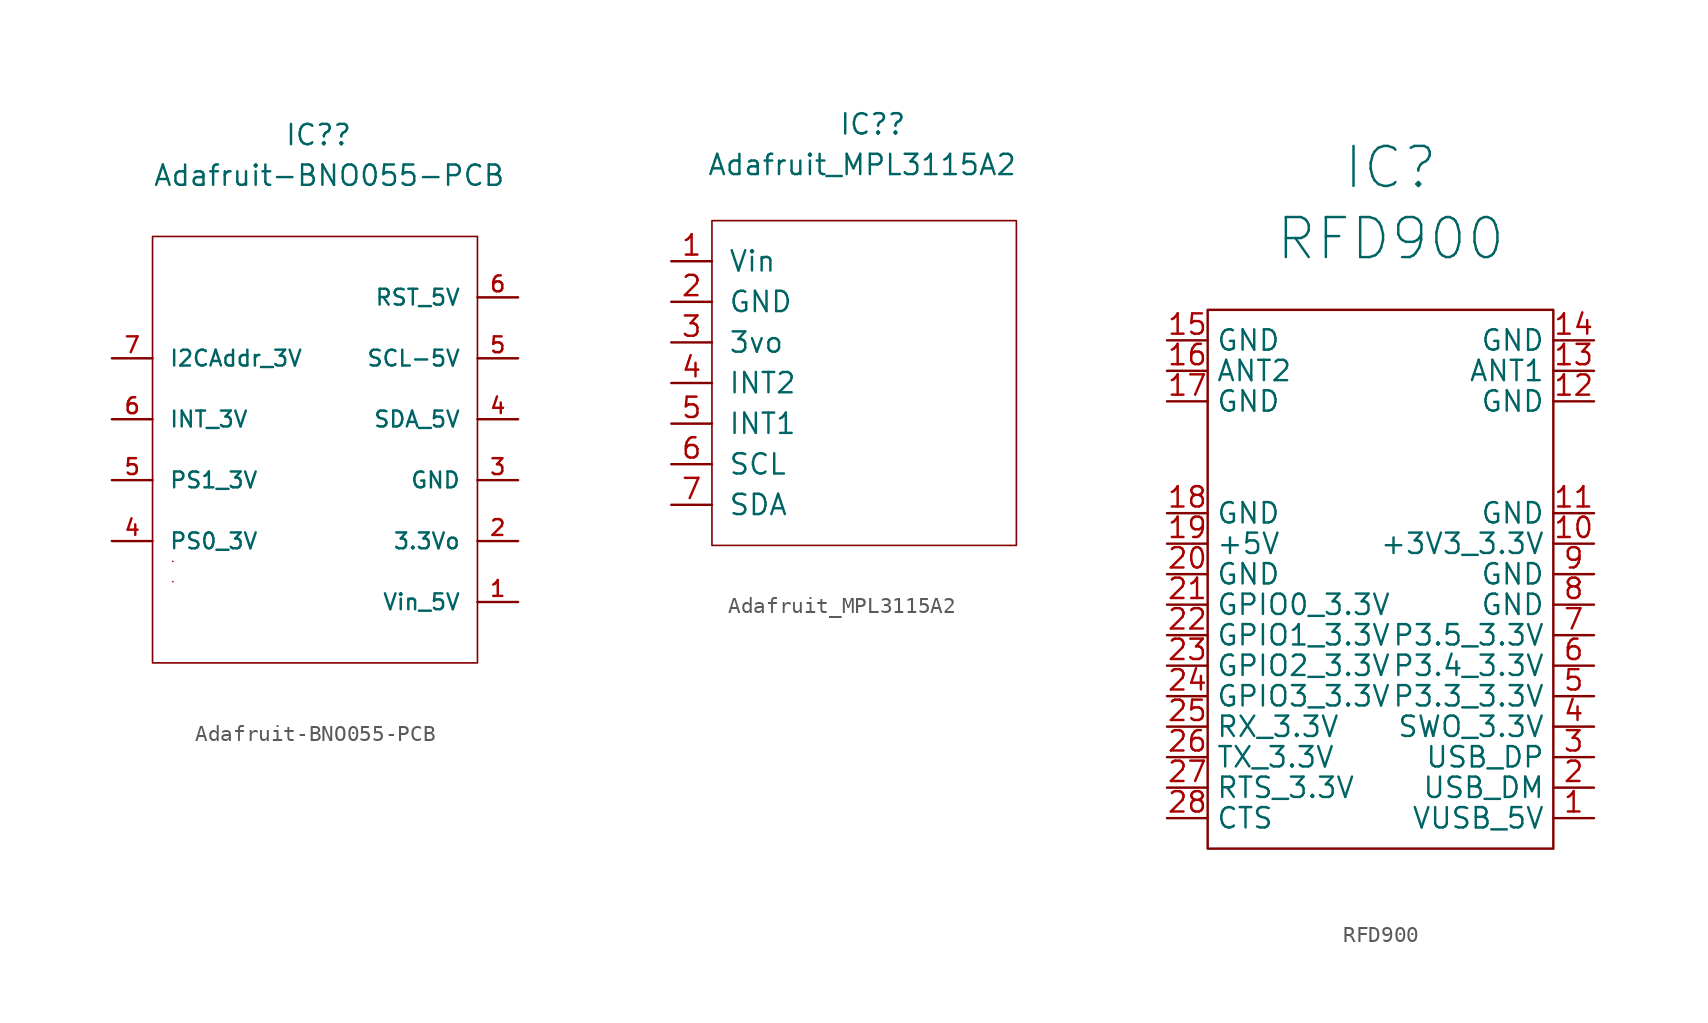
<source format=kicad_sym>
(kicad_symbol_lib
  (version 20211014)
  (generator kicad_symbol_editor)
  (symbol "Adafruit-BNO055-PCB"
    (pin_names
      (offset 1.016))
    (property "Reference" "IC?"
      (at -1.27 14.605 0)
      (effects (font (size 1.27 1.27)) (justify left)))
    (property "Value" "Adafruit-BNO055-PCB"
      (at -9.525 12.065 0)
      (effects (font (size 1.27 1.27)) (justify left)))
    (symbol "Adafruit-BNO055-PCB_0_1"
      (rectangle (start -9.525 -18.415) (end 10.795 8.255) (stroke (width 0.102) (type default) (color 0 0 0 0)) (fill (type none)))
      (rectangle (start -8.255 -13.335) (end -8.255 -13.335) (stroke (width 0.102) (type default) (color 0 0 0 0)) (fill (type none)))
      (rectangle (start -8.255 -12.065) (end -8.255 -12.065) (stroke (width 0.102) (type default) (color 0 0 0 0)) (fill (type none))))
    (symbol "Adafruit-BNO055-PCB_1_1"
      (pin power_in line (at 13.335 -14.605 180) (length 2.54) (name "Vin_5V" (effects (font (size 0.991 0.991)))) (number "1" (effects (font (size 0.991 0.991)))))
      (pin bidirectional line (at 13.335 -10.795 180) (length 2.54) (name "3.3Vo" (effects (font (size 0.991 0.991)))) (number "2" (effects (font (size 0.991 0.991)))))
      (pin power_in line (at 13.335 -6.985 180) (length 2.54) (name "GND" (effects (font (size 0.991 0.991)))) (number "3" (effects (font (size 0.991 0.991)))))
      (pin bidirectional line (at -12.065 -10.795 0) (length 2.54) (name "PS0_3V" (effects (font (size 0.991 0.991)))) (number "4" (effects (font (size 0.991 0.991)))))
      (pin bidirectional line (at 13.335 -3.175 180) (length 2.54) (name "SDA_5V" (effects (font (size 0.991 0.991)))) (number "4" (effects (font (size 0.991 0.991)))))
      (pin bidirectional line (at -12.065 -6.985 0) (length 2.54) (name "PS1_3V" (effects (font (size 0.991 0.991)))) (number "5" (effects (font (size 0.991 0.991)))))
      (pin bidirectional line (at 13.335 0.635 180) (length 2.54) (name "SCL-5V" (effects (font (size 0.991 0.991)))) (number "5" (effects (font (size 0.991 0.991)))))
      (pin bidirectional line (at -12.065 -3.175 0) (length 2.54) (name "INT_3V" (effects (font (size 0.991 0.991)))) (number "6" (effects (font (size 0.991 0.991)))))
      (pin bidirectional line (at 13.335 4.445 180) (length 2.54) (name "RST_5V" (effects (font (size 0.991 0.991)))) (number "6" (effects (font (size 0.991 0.991)))))
      (pin bidirectional line (at -12.065 0.635 0) (length 2.54) (name "I2CAddr_3V" (effects (font (size 0.991 0.991)))) (number "7" (effects (font (size 0.991 0.991)))))))
  (symbol "Adafruit_MPL3115A2"
    (pin_names
      (offset 1.016))
    (property "Reference" "IC?"
      (at 26.67 14.605 0)
      (effects (font (size 1.27 1.27)) (justify left)))
    (property "Value" "Adafruit_MPL3115A2"
      (at 18.415 12.065 0)
      (effects (font (size 1.27 1.27)) (justify left)))
    (symbol "Adafruit_MPL3115A2_0_1"
      (rectangle (start 18.733 8.572) (end 37.782 -11.748) (stroke (width 0.102) (type default) (color 0 0 0 0)) (fill (type none))))
    (symbol "Adafruit_MPL3115A2_1_1"
      (pin bidirectional line (at 16.192 6.032 0) (length 2.54) (name "Vin" (effects (font (size 1.27 1.27)))) (number "1" (effects (font (size 1.27 1.27)))))
      (pin bidirectional line (at 16.192 3.493 0) (length 2.54) (name "GND" (effects (font (size 1.27 1.27)))) (number "2" (effects (font (size 1.27 1.27)))))
      (pin bidirectional line (at 16.192 0.953 0) (length 2.54) (name "3vo" (effects (font (size 1.27 1.27)))) (number "3" (effects (font (size 1.27 1.27)))))
      (pin bidirectional line (at 16.192 -1.587 0) (length 2.54) (name "INT2" (effects (font (size 1.27 1.27)))) (number "4" (effects (font (size 1.27 1.27)))))
      (pin bidirectional line (at 16.192 -4.128 0) (length 2.54) (name "INT1" (effects (font (size 1.27 1.27)))) (number "5" (effects (font (size 1.27 1.27)))))
      (pin bidirectional line (at 16.192 -6.668 0) (length 2.54) (name "SCL" (effects (font (size 1.27 1.27)))) (number "6" (effects (font (size 1.27 1.27)))))
      (pin bidirectional line (at 16.192 -9.207 0) (length 2.54) (name "SDA" (effects (font (size 1.27 1.27)))) (number "7" (effects (font (size 1.27 1.27)))))))
  (symbol "RFD900"
    (property "Reference" "IC"
      (at 11.43 42.545 0)
      (effects (font (size 2.5 2.5))))
    (property "Value" "RFD900"
      (at 11.43 38.1 0)
      (effects (font (size 2.5 2.5))))
    (symbol "RFD900_0_1"
      (rectangle (start 0 0) (end 21.59 33.655) (stroke (width 0) (type default) (color 0 0 0 0)) (fill (type none))))
    (symbol "RFD900_1_1"
      (pin input line (at 24.13 1.905 180) (length 2.54) (name "VUSB_5V" (effects (font (size 1.27 1.27)))) (number "1" (effects (font (size 1.27 1.27)))))
      (pin power_out line (at 24.13 19.05 180) (length 2.54) (name "+3V3_3.3V" (effects (font (size 1.27 1.27)))) (number "10" (effects (font (size 1.27 1.27)))))
      (pin power_in line (at 24.13 20.955 180) (length 2.54) (name "GND" (effects (font (size 1.27 1.27)))) (number "11" (effects (font (size 1.27 1.27)))))
      (pin bidirectional line (at 24.13 27.94 180) (length 2.54) (name "GND" (effects (font (size 1.27 1.27)))) (number "12" (effects (font (size 1.27 1.27)))))
      (pin passive line (at 24.13 29.845 180) (length 2.54) (name "ANT1" (effects (font (size 1.27 1.27)))) (number "13" (effects (font (size 1.27 1.27)))))
      (pin bidirectional line (at 24.13 31.75 180) (length 2.54) (name "GND" (effects (font (size 1.27 1.27)))) (number "14" (effects (font (size 1.27 1.27)))))
      (pin bidirectional line (at -2.54 31.75 0) (length 2.54) (name "GND" (effects (font (size 1.27 1.27)))) (number "15" (effects (font (size 1.27 1.27)))))
      (pin passive line (at -2.54 29.845 0) (length 2.54) (name "ANT2" (effects (font (size 1.27 1.27)))) (number "16" (effects (font (size 1.27 1.27)))))
      (pin bidirectional line (at -2.54 27.94 0) (length 2.54) (name "GND" (effects (font (size 1.27 1.27)))) (number "17" (effects (font (size 1.27 1.27)))))
      (pin power_in line (at -2.54 20.955 0) (length 2.54) (name "GND" (effects (font (size 1.27 1.27)))) (number "18" (effects (font (size 1.27 1.27)))))
      (pin power_in line (at -2.54 19.05 0) (length 2.54) (name "+5V" (effects (font (size 1.27 1.27)))) (number "19" (effects (font (size 1.27 1.27)))))
      (pin input line (at 24.13 3.81 180) (length 2.54) (name "USB_DM" (effects (font (size 1.27 1.27)))) (number "2" (effects (font (size 1.27 1.27)))))
      (pin power_in line (at -2.54 17.145 0) (length 2.54) (name "GND" (effects (font (size 1.27 1.27)))) (number "20" (effects (font (size 1.27 1.27)))))
      (pin bidirectional line (at -2.54 15.24 0) (length 2.54) (name "GPIO0_3.3V" (effects (font (size 1.27 1.27)))) (number "21" (effects (font (size 1.27 1.27)))))
      (pin bidirectional line (at -2.54 13.335 0) (length 2.54) (name "GPIO1_3.3V" (effects (font (size 1.27 1.27)))) (number "22" (effects (font (size 1.27 1.27)))))
      (pin bidirectional line (at -2.54 11.43 0) (length 2.54) (name "GPIO2_3.3V" (effects (font (size 1.27 1.27)))) (number "23" (effects (font (size 1.27 1.27)))))
      (pin bidirectional line (at -2.54 9.525 0) (length 2.54) (name "GPIO3_3.3V" (effects (font (size 1.27 1.27)))) (number "24" (effects (font (size 1.27 1.27)))))
      (pin input line (at -2.54 7.62 0) (length 2.54) (name "RX_3.3V" (effects (font (size 1.27 1.27)))) (number "25" (effects (font (size 1.27 1.27)))))
      (pin output line (at -2.54 5.715 0) (length 2.54) (name "TX_3.3V" (effects (font (size 1.27 1.27)))) (number "26" (effects (font (size 1.27 1.27)))))
      (pin output line (at -2.54 3.81 0) (length 2.54) (name "RTS_3.3V" (effects (font (size 1.27 1.27)))) (number "27" (effects (font (size 1.27 1.27)))))
      (pin input line (at -2.54 1.905 0) (length 2.54) (name "CTS" (effects (font (size 1.27 1.27)))) (number "28" (effects (font (size 1.27 1.27)))))
      (pin input line (at 24.13 5.715 180) (length 2.54) (name "USB_DP" (effects (font (size 1.27 1.27)))) (number "3" (effects (font (size 1.27 1.27)))))
      (pin output line (at 24.13 7.62 180) (length 2.54) (name "SWO_3.3V" (effects (font (size 1.27 1.27)))) (number "4" (effects (font (size 1.27 1.27)))))
      (pin bidirectional line (at 24.13 9.525 180) (length 2.54) (name "P3.3_3.3V" (effects (font (size 1.27 1.27)))) (number "5" (effects (font (size 1.27 1.27)))))
      (pin bidirectional line (at 24.13 11.43 180) (length 2.54) (name "P3.4_3.3V" (effects (font (size 1.27 1.27)))) (number "6" (effects (font (size 1.27 1.27)))))
      (pin bidirectional line (at 24.13 13.335 180) (length 2.54) (name "P3.5_3.3V" (effects (font (size 1.27 1.27)))) (number "7" (effects (font (size 1.27 1.27)))))
      (pin bidirectional line (at 24.13 15.24 180) (length 2.54) (name "GND" (effects (font (size 1.27 1.27)))) (number "8" (effects (font (size 1.27 1.27)))))
      (pin bidirectional line (at 24.13 17.145 180) (length 2.54) (name "GND" (effects (font (size 1.27 1.27)))) (number "9" (effects (font (size 1.27 1.27))))))))
</source>
